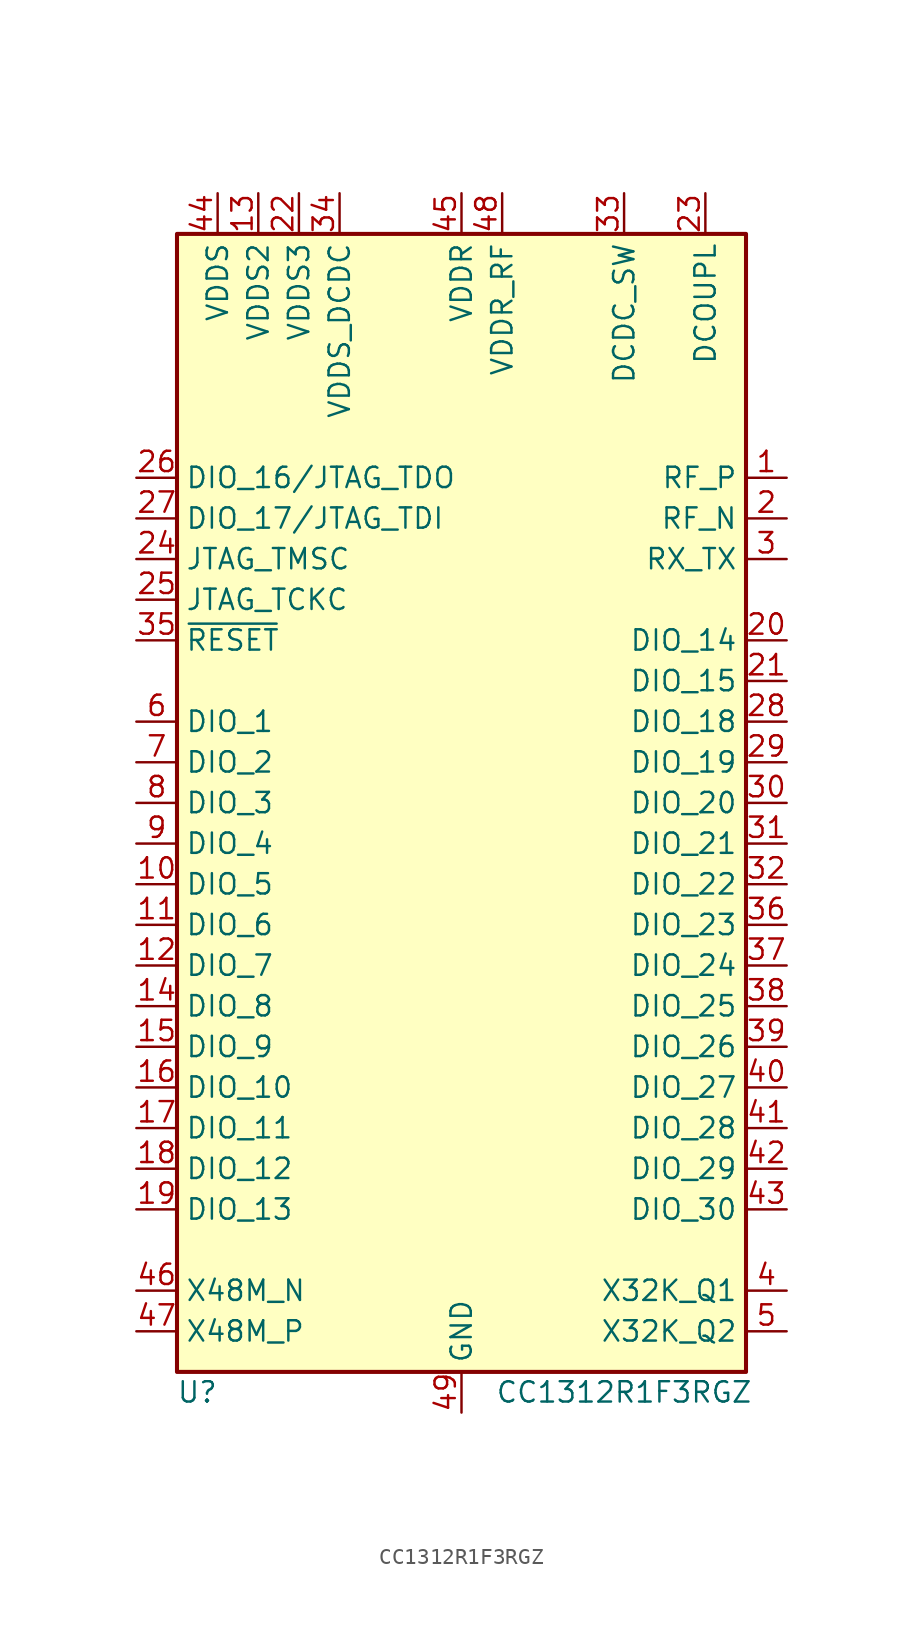
<source format=kicad_sym>
(kicad_symbol_lib
  (version 20241209)
  (generator "kicad_symbol_editor")
  (generator_version "9.0")
  (symbol "CC1312R1F3RGZ"
    (property "Reference" "U"
      (at -16.51 -36.83 0)
      (effects (font (size 1.27 1.27))))
    (property "Value" "CC1312R1F3RGZ"
      (at 10.16 -36.83 0)
      (effects (font (size 1.27 1.27))))
    (symbol "CC1312R1F3RGZ_0_1"
      (rectangle (start -17.78 35.56) (end 17.78 -35.56) (stroke (width 0.254) (type default)) (fill (type background))))
    (symbol "CC1312R1F3RGZ_1_1"
      (pin bidirectional line (at -20.32 20.32 0) (length 2.54) (name "DIO_16/JTAG_TDO" (effects (font (size 1.27 1.27)))) (number "26" (effects (font (size 1.27 1.27)))))
      (pin bidirectional line (at -20.32 17.78 0) (length 2.54) (name "DIO_17/JTAG_TDI" (effects (font (size 1.27 1.27)))) (number "27" (effects (font (size 1.27 1.27)))))
      (pin bidirectional line (at -20.32 15.24 0) (length 2.54) (name "JTAG_TMSC" (effects (font (size 1.27 1.27)))) (number "24" (effects (font (size 1.27 1.27)))))
      (pin input line (at -20.32 12.7 0) (length 2.54) (name "JTAG_TCKC" (effects (font (size 1.27 1.27)))) (number "25" (effects (font (size 1.27 1.27)))))
      (pin input line (at -20.32 10.16 0) (length 2.54) (name "~{RESET}" (effects (font (size 1.27 1.27)))) (number "35" (effects (font (size 1.27 1.27)))))
      (pin bidirectional line (at -20.32 5.08 0) (length 2.54) (name "DIO_1" (effects (font (size 1.27 1.27)))) (number "6" (effects (font (size 1.27 1.27)))))
      (pin bidirectional line (at -20.32 2.54 0) (length 2.54) (name "DIO_2" (effects (font (size 1.27 1.27)))) (number "7" (effects (font (size 1.27 1.27)))))
      (pin bidirectional line (at -20.32 0 0) (length 2.54) (name "DIO_3" (effects (font (size 1.27 1.27)))) (number "8" (effects (font (size 1.27 1.27)))))
      (pin bidirectional line (at -20.32 -2.54 0) (length 2.54) (name "DIO_4" (effects (font (size 1.27 1.27)))) (number "9" (effects (font (size 1.27 1.27)))))
      (pin bidirectional line (at -20.32 -5.08 0) (length 2.54) (name "DIO_5" (effects (font (size 1.27 1.27)))) (number "10" (effects (font (size 1.27 1.27)))))
      (pin bidirectional line (at -20.32 -7.62 0) (length 2.54) (name "DIO_6" (effects (font (size 1.27 1.27)))) (number "11" (effects (font (size 1.27 1.27)))))
      (pin bidirectional line (at -20.32 -10.16 0) (length 2.54) (name "DIO_7" (effects (font (size 1.27 1.27)))) (number "12" (effects (font (size 1.27 1.27)))))
      (pin bidirectional line (at -20.32 -12.7 0) (length 2.54) (name "DIO_8" (effects (font (size 1.27 1.27)))) (number "14" (effects (font (size 1.27 1.27)))))
      (pin bidirectional line (at -20.32 -15.24 0) (length 2.54) (name "DIO_9" (effects (font (size 1.27 1.27)))) (number "15" (effects (font (size 1.27 1.27)))))
      (pin bidirectional line (at -20.32 -17.78 0) (length 2.54) (name "DIO_10" (effects (font (size 1.27 1.27)))) (number "16" (effects (font (size 1.27 1.27)))))
      (pin bidirectional line (at -20.32 -20.32 0) (length 2.54) (name "DIO_11" (effects (font (size 1.27 1.27)))) (number "17" (effects (font (size 1.27 1.27)))))
      (pin bidirectional line (at -20.32 -22.86 0) (length 2.54) (name "DIO_12" (effects (font (size 1.27 1.27)))) (number "18" (effects (font (size 1.27 1.27)))))
      (pin bidirectional line (at -20.32 -25.4 0) (length 2.54) (name "DIO_13" (effects (font (size 1.27 1.27)))) (number "19" (effects (font (size 1.27 1.27)))))
      (pin input line (at -20.32 -30.48 0) (length 2.54) (name "X48M_N" (effects (font (size 1.27 1.27)))) (number "46" (effects (font (size 1.27 1.27)))))
      (pin input line (at -20.32 -33.02 0) (length 2.54) (name "X48M_P" (effects (font (size 1.27 1.27)))) (number "47" (effects (font (size 1.27 1.27)))))
      (pin power_in line (at -15.24 38.1 270) (length 2.54) (name "VDDS" (effects (font (size 1.27 1.27)))) (number "44" (effects (font (size 1.27 1.27)))))
      (pin power_in line (at -12.7 38.1 270) (length 2.54) (name "VDDS2" (effects (font (size 1.27 1.27)))) (number "13" (effects (font (size 1.27 1.27)))))
      (pin power_in line (at -10.16 38.1 270) (length 2.54) (name "VDDS3" (effects (font (size 1.27 1.27)))) (number "22" (effects (font (size 1.27 1.27)))))
      (pin power_in line (at -7.62 38.1 270) (length 2.54) (name "VDDS_DCDC" (effects (font (size 1.27 1.27)))) (number "34" (effects (font (size 1.27 1.27)))))
      (pin power_in line (at 0 38.1 270) (length 2.54) (name "VDDR" (effects (font (size 1.27 1.27)))) (number "45" (effects (font (size 1.27 1.27)))))
      (pin power_in line (at 0 -38.1 90) (length 2.54) (name "GND" (effects (font (size 1.27 1.27)))) (number "49" (effects (font (size 1.27 1.27)))))
      (pin power_in line (at 2.54 38.1 270) (length 2.54) (name "VDDR_RF" (effects (font (size 1.27 1.27)))) (number "48" (effects (font (size 1.27 1.27)))))
      (pin power_out line (at 10.16 38.1 270) (length 2.54) (name "DCDC_SW" (effects (font (size 1.27 1.27)))) (number "33" (effects (font (size 1.27 1.27)))))
      (pin power_out line (at 15.24 38.1 270) (length 2.54) (name "DCOUPL" (effects (font (size 1.27 1.27)))) (number "23" (effects (font (size 1.27 1.27)))))
      (pin passive line (at 20.32 20.32 180) (length 2.54) (name "RF_P" (effects (font (size 1.27 1.27)))) (number "1" (effects (font (size 1.27 1.27)))))
      (pin passive line (at 20.32 17.78 180) (length 2.54) (name "RF_N" (effects (font (size 1.27 1.27)))) (number "2" (effects (font (size 1.27 1.27)))))
      (pin passive line (at 20.32 15.24 180) (length 2.54) (name "RX_TX" (effects (font (size 1.27 1.27)))) (number "3" (effects (font (size 1.27 1.27)))))
      (pin bidirectional line (at 20.32 10.16 180) (length 2.54) (name "DIO_14" (effects (font (size 1.27 1.27)))) (number "20" (effects (font (size 1.27 1.27)))))
      (pin bidirectional line (at 20.32 7.62 180) (length 2.54) (name "DIO_15" (effects (font (size 1.27 1.27)))) (number "21" (effects (font (size 1.27 1.27)))))
      (pin bidirectional line (at 20.32 5.08 180) (length 2.54) (name "DIO_18" (effects (font (size 1.27 1.27)))) (number "28" (effects (font (size 1.27 1.27)))))
      (pin bidirectional line (at 20.32 2.54 180) (length 2.54) (name "DIO_19" (effects (font (size 1.27 1.27)))) (number "29" (effects (font (size 1.27 1.27)))))
      (pin bidirectional line (at 20.32 0 180) (length 2.54) (name "DIO_20" (effects (font (size 1.27 1.27)))) (number "30" (effects (font (size 1.27 1.27)))))
      (pin bidirectional line (at 20.32 -2.54 180) (length 2.54) (name "DIO_21" (effects (font (size 1.27 1.27)))) (number "31" (effects (font (size 1.27 1.27)))))
      (pin bidirectional line (at 20.32 -5.08 180) (length 2.54) (name "DIO_22" (effects (font (size 1.27 1.27)))) (number "32" (effects (font (size 1.27 1.27)))))
      (pin bidirectional line (at 20.32 -7.62 180) (length 2.54) (name "DIO_23" (effects (font (size 1.27 1.27)))) (number "36" (effects (font (size 1.27 1.27)))))
      (pin bidirectional line (at 20.32 -10.16 180) (length 2.54) (name "DIO_24" (effects (font (size 1.27 1.27)))) (number "37" (effects (font (size 1.27 1.27)))))
      (pin bidirectional line (at 20.32 -12.7 180) (length 2.54) (name "DIO_25" (effects (font (size 1.27 1.27)))) (number "38" (effects (font (size 1.27 1.27)))))
      (pin bidirectional line (at 20.32 -15.24 180) (length 2.54) (name "DIO_26" (effects (font (size 1.27 1.27)))) (number "39" (effects (font (size 1.27 1.27)))))
      (pin bidirectional line (at 20.32 -17.78 180) (length 2.54) (name "DIO_27" (effects (font (size 1.27 1.27)))) (number "40" (effects (font (size 1.27 1.27)))))
      (pin bidirectional line (at 20.32 -20.32 180) (length 2.54) (name "DIO_28" (effects (font (size 1.27 1.27)))) (number "41" (effects (font (size 1.27 1.27)))))
      (pin bidirectional line (at 20.32 -22.86 180) (length 2.54) (name "DIO_29" (effects (font (size 1.27 1.27)))) (number "42" (effects (font (size 1.27 1.27)))))
      (pin bidirectional line (at 20.32 -25.4 180) (length 2.54) (name "DIO_30" (effects (font (size 1.27 1.27)))) (number "43" (effects (font (size 1.27 1.27)))))
      (pin input line (at 20.32 -30.48 180) (length 2.54) (name "X32K_Q1" (effects (font (size 1.27 1.27)))) (number "4" (effects (font (size 1.27 1.27)))))
      (pin input line (at 20.32 -33.02 180) (length 2.54) (name "X32K_Q2" (effects (font (size 1.27 1.27)))) (number "5" (effects (font (size 1.27 1.27))))))))
</source>
